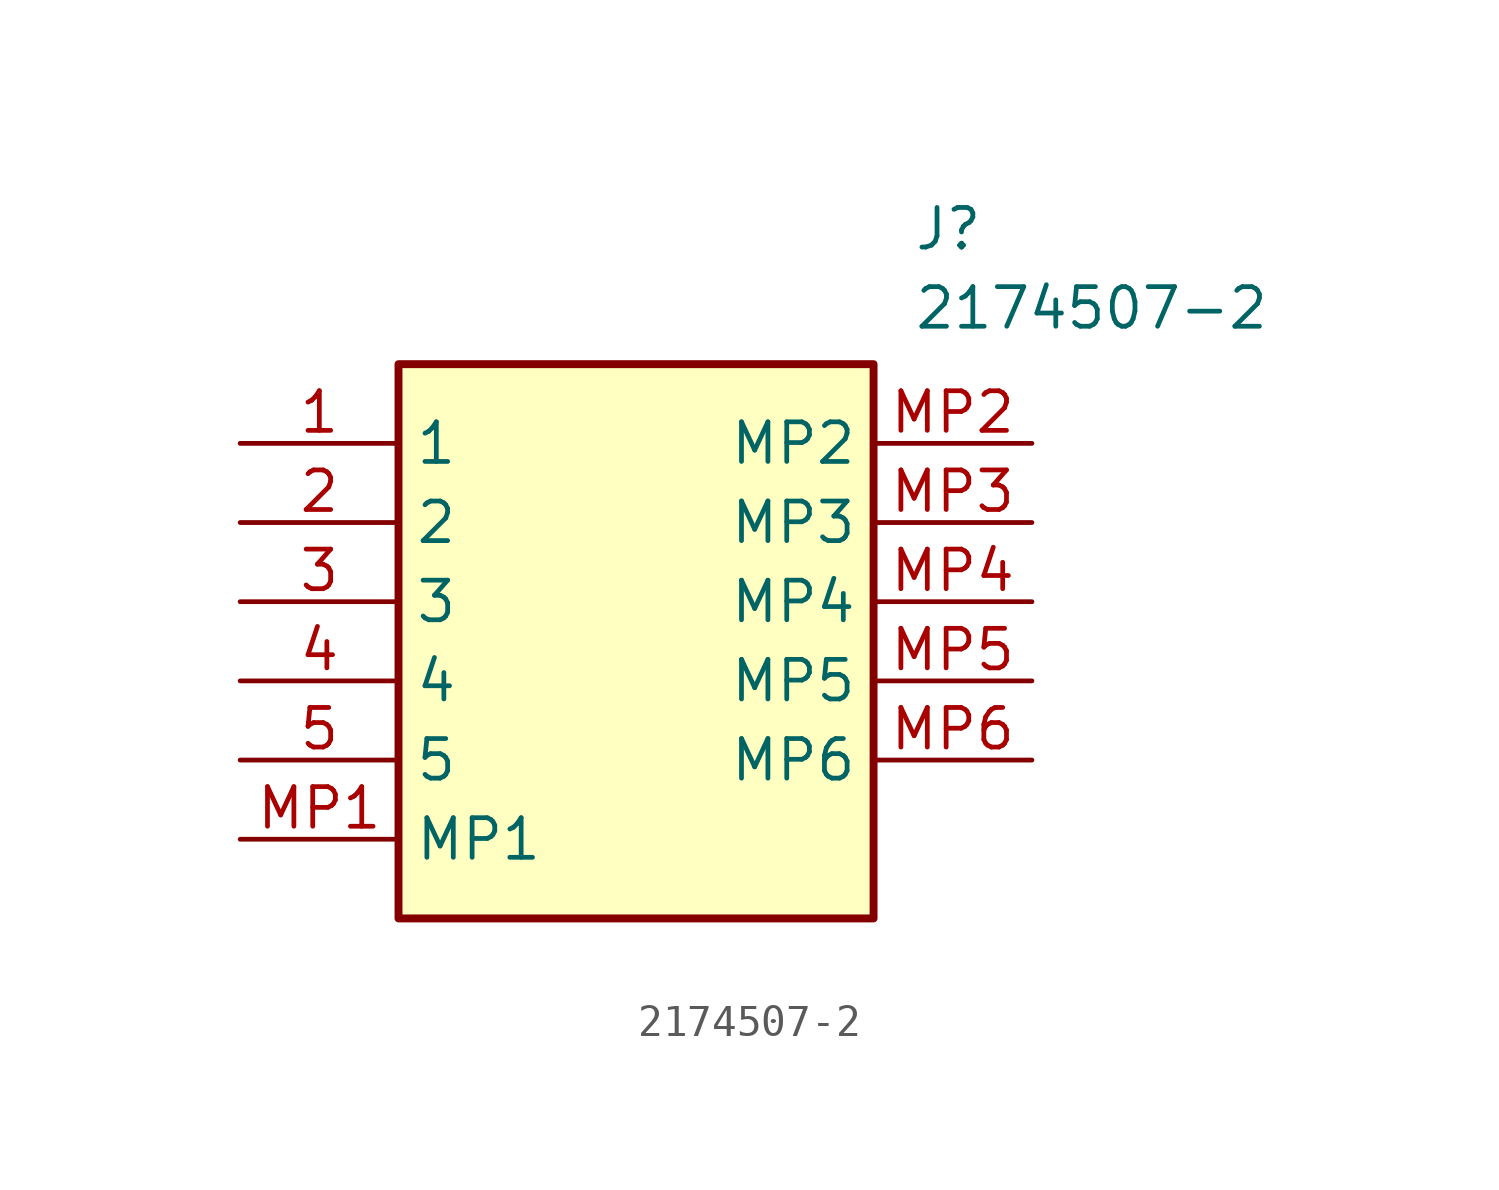
<source format=kicad_sym>
(kicad_symbol_lib
  (version 20211014)
  (generator SamacSys_ECAD_Model)
  (symbol "2174507-2"
    (property "Reference" "J"
      (at 21.59 7.62 0)
      (effects (font (size 1.27 1.27)) (justify left top)))
    (property "Value" "2174507-2"
      (at 21.59 5.08 0)
      (effects (font (size 1.27 1.27)) (justify left top)))
    (rectangle
      (start 5.08 2.54)
      (end 20.32 -15.24)
      (stroke (width 0.254) (type default))
      (fill (type background)))
    (pin passive line
      (at 0 0 0)
      (length 5.08)
      (name "1" (effects (font (size 1.27 1.27))))
      (number "1" (effects (font (size 1.27 1.27)))))
    (pin passive line
      (at 0 -2.54 0)
      (length 5.08)
      (name "2" (effects (font (size 1.27 1.27))))
      (number "2" (effects (font (size 1.27 1.27)))))
    (pin passive line
      (at 0 -5.08 0)
      (length 5.08)
      (name "3" (effects (font (size 1.27 1.27))))
      (number "3" (effects (font (size 1.27 1.27)))))
    (pin passive line
      (at 0 -7.62 0)
      (length 5.08)
      (name "4" (effects (font (size 1.27 1.27))))
      (number "4" (effects (font (size 1.27 1.27)))))
    (pin passive line
      (at 0 -10.16 0)
      (length 5.08)
      (name "5" (effects (font (size 1.27 1.27))))
      (number "5" (effects (font (size 1.27 1.27)))))
    (pin passive line
      (at 0 -12.7 0)
      (length 5.08)
      (name "MP1" (effects (font (size 1.27 1.27))))
      (number "MP1" (effects (font (size 1.27 1.27)))))
    (pin passive line
      (at 25.4 0 180)
      (length 5.08)
      (name "MP2" (effects (font (size 1.27 1.27))))
      (number "MP2" (effects (font (size 1.27 1.27)))))
    (pin passive line
      (at 25.4 -2.54 180)
      (length 5.08)
      (name "MP3" (effects (font (size 1.27 1.27))))
      (number "MP3" (effects (font (size 1.27 1.27)))))
    (pin passive line
      (at 25.4 -5.08 180)
      (length 5.08)
      (name "MP4" (effects (font (size 1.27 1.27))))
      (number "MP4" (effects (font (size 1.27 1.27)))))
    (pin passive line
      (at 25.4 -7.62 180)
      (length 5.08)
      (name "MP5" (effects (font (size 1.27 1.27))))
      (number "MP5" (effects (font (size 1.27 1.27)))))
    (pin passive line
      (at 25.4 -10.16 180)
      (length 5.08)
      (name "MP6" (effects (font (size 1.27 1.27))))
      (number "MP6" (effects (font (size 1.27 1.27)))))))
</source>
